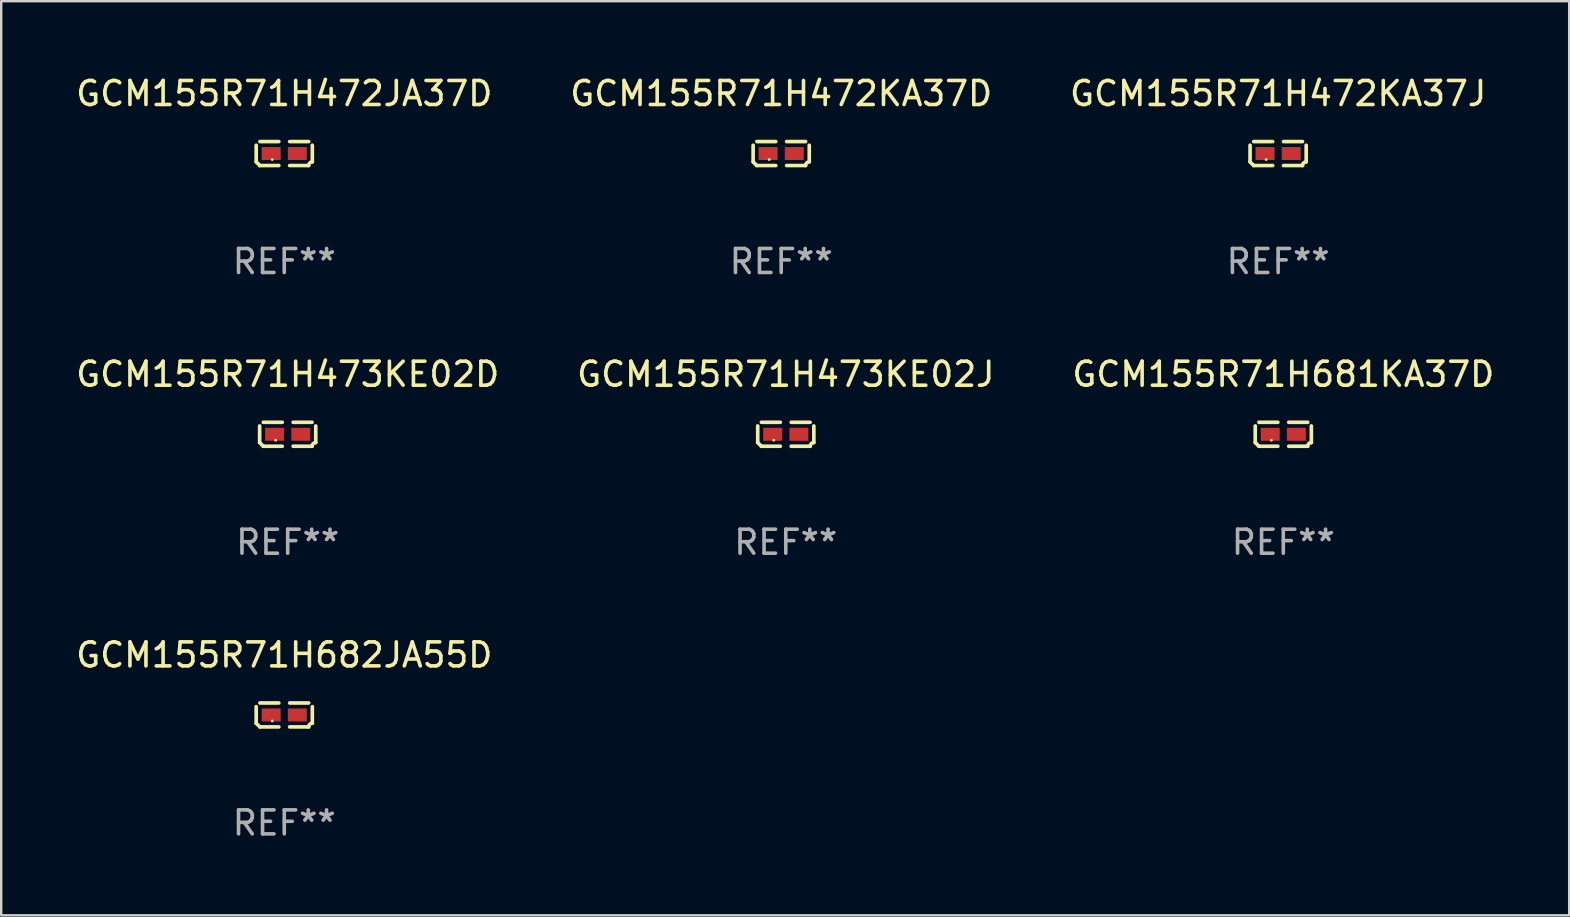
<source format=kicad_pcb>
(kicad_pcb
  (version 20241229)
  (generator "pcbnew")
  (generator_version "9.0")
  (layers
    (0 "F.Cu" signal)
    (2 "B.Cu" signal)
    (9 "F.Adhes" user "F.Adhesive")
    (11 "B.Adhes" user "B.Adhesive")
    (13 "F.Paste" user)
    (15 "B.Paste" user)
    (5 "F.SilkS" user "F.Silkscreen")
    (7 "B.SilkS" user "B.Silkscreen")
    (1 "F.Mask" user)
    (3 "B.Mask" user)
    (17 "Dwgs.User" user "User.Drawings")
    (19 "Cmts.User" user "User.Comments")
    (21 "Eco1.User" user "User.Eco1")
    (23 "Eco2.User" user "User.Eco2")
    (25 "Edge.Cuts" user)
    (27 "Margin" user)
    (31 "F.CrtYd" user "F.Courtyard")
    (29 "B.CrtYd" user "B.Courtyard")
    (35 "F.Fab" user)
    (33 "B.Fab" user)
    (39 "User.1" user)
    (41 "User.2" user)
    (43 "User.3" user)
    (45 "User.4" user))
  (footprint "GCM155R71H472KA37J"
    (layer "F.Cu")
    (at 50.196 3.347)
    (property "Reference" "GCM155R71H472KA37J" (at 0 -2.499 0) (layer "F.SilkS") (effects (font (size 1 1) (thickness 0.15))))
    (attr through_hole)
    (fp_line (start -1.169 0.346) (end -1.169 -0.346) (stroke (width 0.152) (type solid)) (layer "F.SilkS"))
    (fp_line (start -1.016 -0.499) (end -0.226 -0.499) (stroke (width 0.152) (type solid)) (layer "F.SilkS"))
    (fp_line (start -0.226 0.499) (end -1.016 0.499) (stroke (width 0.152) (type solid)) (layer "F.SilkS"))
    (fp_line (start 0.226 0.499) (end 1.016 0.499) (stroke (width 0.152) (type solid)) (layer "F.SilkS"))
    (fp_line (start 1.016 -0.499) (end 0.226 -0.499) (stroke (width 0.152) (type solid)) (layer "F.SilkS"))
    (fp_line (start 1.169 0.346) (end 1.169 -0.346) (stroke (width 0.152) (type solid)) (layer "F.SilkS"))
    (fp_arc (start -1.016307 0.498603) (mid -1.092512 0.422405) (end -1.16871 0.3462) (stroke (width 0.1524) (type solid)) (layer "F.SilkS"))
    (fp_arc (start 1.016307 0.498603) (mid 1.060899 0.390758) (end 1.168707 0.346076) (stroke (width 0.1524) (type solid)) (layer "F.SilkS"))
    (fp_circle (center -0.5 0.25) (end -0.47 0.25) (stroke (width 0.06) (type solid)) (fill no) (layer "F.SilkS"))
    (fp_text user "REF**" (at 0 4.499 0) (layer "F.Fab") (effects (font (size 1 1) (thickness 0.15))))
    (pad "1" smd rect (at -0.545 0) (size 0.79 0.54) (layers "F.Cu" "F.Mask" "F.Paste"))
    (pad "2" smd rect (at 0.545 0) (size 0.79 0.54) (layers "F.Cu" "F.Mask" "F.Paste")))
  (footprint "GCM155R71H473KE02D"
    (layer "F.Cu")
    (at 8.935 15.041)
    (property "Reference" "GCM155R71H473KE02D" (at 0 -2.499 0) (layer "F.SilkS") (effects (font (size 1 1) (thickness 0.15))))
    (attr through_hole)
    (fp_line (start -1.169 0.346) (end -1.169 -0.346) (stroke (width 0.152) (type solid)) (layer "F.SilkS"))
    (fp_line (start -1.016 -0.499) (end -0.226 -0.499) (stroke (width 0.152) (type solid)) (layer "F.SilkS"))
    (fp_line (start -0.226 0.499) (end -1.016 0.499) (stroke (width 0.152) (type solid)) (layer "F.SilkS"))
    (fp_line (start 0.226 0.499) (end 1.016 0.499) (stroke (width 0.152) (type solid)) (layer "F.SilkS"))
    (fp_line (start 1.016 -0.499) (end 0.226 -0.499) (stroke (width 0.152) (type solid)) (layer "F.SilkS"))
    (fp_line (start 1.169 0.346) (end 1.169 -0.346) (stroke (width 0.152) (type solid)) (layer "F.SilkS"))
    (fp_arc (start -1.016307 0.498603) (mid -1.092512 0.422405) (end -1.16871 0.3462) (stroke (width 0.1524) (type solid)) (layer "F.SilkS"))
    (fp_arc (start 1.016307 0.498603) (mid 1.060899 0.390758) (end 1.168707 0.346076) (stroke (width 0.1524) (type solid)) (layer "F.SilkS"))
    (fp_circle (center -0.5 0.25) (end -0.47 0.25) (stroke (width 0.06) (type solid)) (fill no) (layer "F.SilkS"))
    (fp_text user "REF**" (at 0 4.499 0) (layer "F.Fab") (effects (font (size 1 1) (thickness 0.15))))
    (pad "1" smd rect (at -0.545 0) (size 0.79 0.54) (layers "F.Cu" "F.Mask" "F.Paste"))
    (pad "2" smd rect (at 0.545 0) (size 0.79 0.54) (layers "F.Cu" "F.Mask" "F.Paste")))
  (footprint "GCM155R71H472KA37D"
    (layer "F.Cu")
    (at 29.494 3.347)
    (property "Reference" "GCM155R71H472KA37D" (at 0 -2.499 0) (layer "F.SilkS") (effects (font (size 1 1) (thickness 0.15))))
    (attr through_hole)
    (fp_line (start -1.169 0.346) (end -1.169 -0.346) (stroke (width 0.152) (type solid)) (layer "F.SilkS"))
    (fp_line (start -1.016 -0.499) (end -0.226 -0.499) (stroke (width 0.152) (type solid)) (layer "F.SilkS"))
    (fp_line (start -0.226 0.499) (end -1.016 0.499) (stroke (width 0.152) (type solid)) (layer "F.SilkS"))
    (fp_line (start 0.226 0.499) (end 1.016 0.499) (stroke (width 0.152) (type solid)) (layer "F.SilkS"))
    (fp_line (start 1.016 -0.499) (end 0.226 -0.499) (stroke (width 0.152) (type solid)) (layer "F.SilkS"))
    (fp_line (start 1.169 0.346) (end 1.169 -0.346) (stroke (width 0.152) (type solid)) (layer "F.SilkS"))
    (fp_arc (start -1.016307 0.498603) (mid -1.092512 0.422405) (end -1.16871 0.3462) (stroke (width 0.1524) (type solid)) (layer "F.SilkS"))
    (fp_arc (start 1.016307 0.498603) (mid 1.060899 0.390758) (end 1.168707 0.346076) (stroke (width 0.1524) (type solid)) (layer "F.SilkS"))
    (fp_circle (center -0.5 0.25) (end -0.47 0.25) (stroke (width 0.06) (type solid)) (fill no) (layer "F.SilkS"))
    (fp_text user "REF**" (at 0 4.499 0) (layer "F.Fab") (effects (font (size 1 1) (thickness 0.15))))
    (pad "1" smd rect (at -0.545 0) (size 0.79 0.54) (layers "F.Cu" "F.Mask" "F.Paste"))
    (pad "2" smd rect (at 0.545 0) (size 0.79 0.54) (layers "F.Cu" "F.Mask" "F.Paste")))
  (footprint "GCM155R71H681KA37D"
    (layer "F.Cu")
    (at 50.411 15.041)
    (property "Reference" "GCM155R71H681KA37D" (at 0 -2.499 0) (layer "F.SilkS") (effects (font (size 1 1) (thickness 0.15))))
    (attr through_hole)
    (fp_line (start -1.169 0.346) (end -1.169 -0.346) (stroke (width 0.152) (type solid)) (layer "F.SilkS"))
    (fp_line (start -1.016 -0.499) (end -0.226 -0.499) (stroke (width 0.152) (type solid)) (layer "F.SilkS"))
    (fp_line (start -0.226 0.499) (end -1.016 0.499) (stroke (width 0.152) (type solid)) (layer "F.SilkS"))
    (fp_line (start 0.226 0.499) (end 1.016 0.499) (stroke (width 0.152) (type solid)) (layer "F.SilkS"))
    (fp_line (start 1.016 -0.499) (end 0.226 -0.499) (stroke (width 0.152) (type solid)) (layer "F.SilkS"))
    (fp_line (start 1.169 0.346) (end 1.169 -0.346) (stroke (width 0.152) (type solid)) (layer "F.SilkS"))
    (fp_arc (start -1.016307 0.498603) (mid -1.092512 0.422405) (end -1.16871 0.3462) (stroke (width 0.1524) (type solid)) (layer "F.SilkS"))
    (fp_arc (start 1.016307 0.498603) (mid 1.060899 0.390758) (end 1.168707 0.346076) (stroke (width 0.1524) (type solid)) (layer "F.SilkS"))
    (fp_circle (center -0.5 0.25) (end -0.47 0.25) (stroke (width 0.06) (type solid)) (fill no) (layer "F.SilkS"))
    (fp_text user "REF**" (at 0 4.499 0) (layer "F.Fab") (effects (font (size 1 1) (thickness 0.15))))
    (pad "1" smd rect (at -0.545 0) (size 0.79 0.54) (layers "F.Cu" "F.Mask" "F.Paste"))
    (pad "2" smd rect (at 0.545 0) (size 0.79 0.54) (layers "F.Cu" "F.Mask" "F.Paste")))
  (footprint "GCM155R71H472JA37D"
    (layer "F.Cu")
    (at 8.792 3.347)
    (property "Reference" "GCM155R71H472JA37D" (at 0 -2.499 0) (layer "F.SilkS") (effects (font (size 1 1) (thickness 0.15))))
    (attr through_hole)
    (fp_line (start -1.169 0.346) (end -1.169 -0.346) (stroke (width 0.152) (type solid)) (layer "F.SilkS"))
    (fp_line (start -1.016 -0.499) (end -0.226 -0.499) (stroke (width 0.152) (type solid)) (layer "F.SilkS"))
    (fp_line (start -0.226 0.499) (end -1.016 0.499) (stroke (width 0.152) (type solid)) (layer "F.SilkS"))
    (fp_line (start 0.226 0.499) (end 1.016 0.499) (stroke (width 0.152) (type solid)) (layer "F.SilkS"))
    (fp_line (start 1.016 -0.499) (end 0.226 -0.499) (stroke (width 0.152) (type solid)) (layer "F.SilkS"))
    (fp_line (start 1.169 0.346) (end 1.169 -0.346) (stroke (width 0.152) (type solid)) (layer "F.SilkS"))
    (fp_arc (start -1.016307 0.498603) (mid -1.092512 0.422405) (end -1.16871 0.3462) (stroke (width 0.1524) (type solid)) (layer "F.SilkS"))
    (fp_arc (start 1.016307 0.498603) (mid 1.060899 0.390758) (end 1.168707 0.346076) (stroke (width 0.1524) (type solid)) (layer "F.SilkS"))
    (fp_circle (center -0.5 0.25) (end -0.47 0.25) (stroke (width 0.06) (type solid)) (fill no) (layer "F.SilkS"))
    (fp_text user "REF**" (at 0 4.499 0) (layer "F.Fab") (effects (font (size 1 1) (thickness 0.15))))
    (pad "1" smd rect (at -0.545 0) (size 0.79 0.54) (layers "F.Cu" "F.Mask" "F.Paste"))
    (pad "2" smd rect (at 0.545 0) (size 0.79 0.54) (layers "F.Cu" "F.Mask" "F.Paste")))
  (footprint "GCM155R71H682JA55D"
    (layer "F.Cu")
    (at 8.792 26.734)
    (property "Reference" "GCM155R71H682JA55D" (at 0 -2.499 0) (layer "F.SilkS") (effects (font (size 1 1) (thickness 0.15))))
    (attr through_hole)
    (fp_line (start -1.169 0.346) (end -1.169 -0.346) (stroke (width 0.152) (type solid)) (layer "F.SilkS"))
    (fp_line (start -1.016 -0.499) (end -0.226 -0.499) (stroke (width 0.152) (type solid)) (layer "F.SilkS"))
    (fp_line (start -0.226 0.499) (end -1.016 0.499) (stroke (width 0.152) (type solid)) (layer "F.SilkS"))
    (fp_line (start 0.226 0.499) (end 1.016 0.499) (stroke (width 0.152) (type solid)) (layer "F.SilkS"))
    (fp_line (start 1.016 -0.499) (end 0.226 -0.499) (stroke (width 0.152) (type solid)) (layer "F.SilkS"))
    (fp_line (start 1.169 0.346) (end 1.169 -0.346) (stroke (width 0.152) (type solid)) (layer "F.SilkS"))
    (fp_arc (start -1.016307 0.498603) (mid -1.092512 0.422405) (end -1.16871 0.3462) (stroke (width 0.1524) (type solid)) (layer "F.SilkS"))
    (fp_arc (start 1.016307 0.498603) (mid 1.060899 0.390758) (end 1.168707 0.346076) (stroke (width 0.1524) (type solid)) (layer "F.SilkS"))
    (fp_circle (center -0.5 0.25) (end -0.47 0.25) (stroke (width 0.06) (type solid)) (fill no) (layer "F.SilkS"))
    (fp_text user "REF**" (at 0 4.499 0) (layer "F.Fab") (effects (font (size 1 1) (thickness 0.15))))
    (pad "1" smd rect (at -0.545 0) (size 0.79 0.54) (layers "F.Cu" "F.Mask" "F.Paste"))
    (pad "2" smd rect (at 0.545 0) (size 0.79 0.54) (layers "F.Cu" "F.Mask" "F.Paste")))
  (footprint "GCM155R71H473KE02J"
    (layer "F.Cu")
    (at 29.685 15.041)
    (property "Reference" "GCM155R71H473KE02J" (at 0 -2.499 0) (layer "F.SilkS") (effects (font (size 1 1) (thickness 0.15))))
    (attr through_hole)
    (fp_line (start -1.169 0.346) (end -1.169 -0.346) (stroke (width 0.152) (type solid)) (layer "F.SilkS"))
    (fp_line (start -1.016 -0.499) (end -0.226 -0.499) (stroke (width 0.152) (type solid)) (layer "F.SilkS"))
    (fp_line (start -0.226 0.499) (end -1.016 0.499) (stroke (width 0.152) (type solid)) (layer "F.SilkS"))
    (fp_line (start 0.226 0.499) (end 1.016 0.499) (stroke (width 0.152) (type solid)) (layer "F.SilkS"))
    (fp_line (start 1.016 -0.499) (end 0.226 -0.499) (stroke (width 0.152) (type solid)) (layer "F.SilkS"))
    (fp_line (start 1.169 0.346) (end 1.169 -0.346) (stroke (width 0.152) (type solid)) (layer "F.SilkS"))
    (fp_arc (start -1.016307 0.498603) (mid -1.092512 0.422405) (end -1.16871 0.3462) (stroke (width 0.1524) (type solid)) (layer "F.SilkS"))
    (fp_arc (start 1.016307 0.498603) (mid 1.060899 0.390758) (end 1.168707 0.346076) (stroke (width 0.1524) (type solid)) (layer "F.SilkS"))
    (fp_circle (center -0.5 0.25) (end -0.47 0.25) (stroke (width 0.06) (type solid)) (fill no) (layer "F.SilkS"))
    (fp_text user "REF**" (at 0 4.499 0) (layer "F.Fab") (effects (font (size 1 1) (thickness 0.15))))
    (pad "1" smd rect (at -0.545 0) (size 0.79 0.54) (layers "F.Cu" "F.Mask" "F.Paste"))
    (pad "2" smd rect (at 0.545 0) (size 0.79 0.54) (layers "F.Cu" "F.Mask" "F.Paste")))
  (gr_rect
    (start -3 -3)
    (end 62.321 35.081)
    (stroke (width 0.1) (type default))
    (fill no)
    (layer "Edge.Cuts")))
</source>
